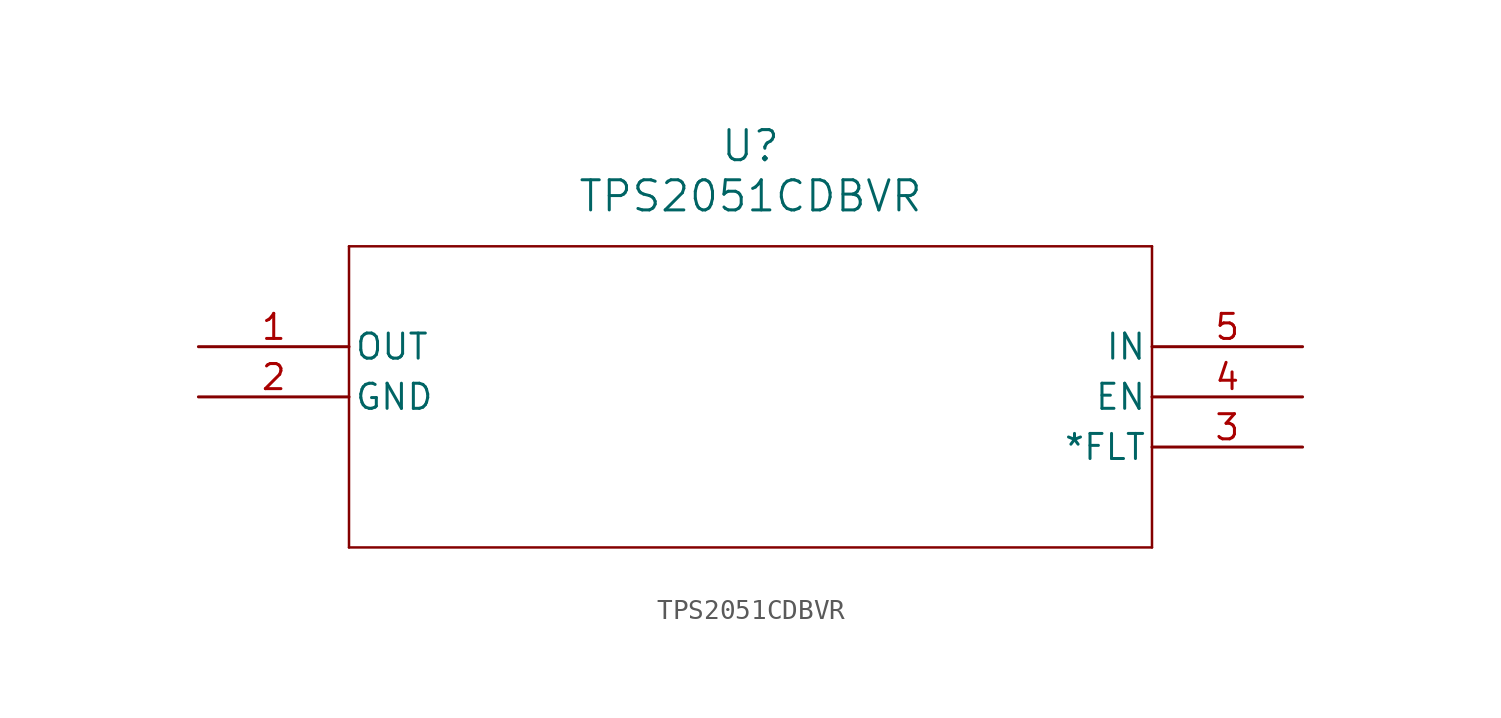
<source format=kicad_sym>
(kicad_symbol_lib
  (version 20211014)
  (generator kicad_symbol_editor)
  (symbol "TPS2051CDBVR"
    (pin_names
      (offset 0.254))
    (property "Reference" "U"
      (at 27.94 10.16 0)
      (effects (font (size 1.524 1.524))))
    (property "Value" "TPS2051CDBVR"
      (at 27.94 7.62 0)
      (effects (font (size 1.524 1.524))))
    (polyline
      (pts (xy 7.62 5.08) (xy 7.62 -10.16))
      (stroke (width 0.127) (type default) (color 0 0 0 0))
      (fill (type none)))
    (polyline
      (pts (xy 7.62 -10.16) (xy 48.26 -10.16))
      (stroke (width 0.127) (type default) (color 0 0 0 0))
      (fill (type none)))
    (polyline
      (pts (xy 48.26 -10.16) (xy 48.26 5.08))
      (stroke (width 0.127) (type default) (color 0 0 0 0))
      (fill (type none)))
    (polyline
      (pts (xy 48.26 5.08) (xy 7.62 5.08))
      (stroke (width 0.127) (type default) (color 0 0 0 0))
      (fill (type none)))
    (pin output line
      (at 0 0 0)
      (length 7.62)
      (name "OUT" (effects (font (size 1.27 1.27))))
      (number "1" (effects (font (size 1.27 1.27)))))
    (pin power_in line
      (at 0 -2.54 0)
      (length 7.62)
      (name "GND" (effects (font (size 1.27 1.27))))
      (number "2" (effects (font (size 1.27 1.27)))))
    (pin input line
      (at 55.88 -5.08 180)
      (length 7.62)
      (name "*FLT" (effects (font (size 1.27 1.27))))
      (number "3" (effects (font (size 1.27 1.27)))))
    (pin input line
      (at 55.88 -2.54 180)
      (length 7.62)
      (name "EN" (effects (font (size 1.27 1.27))))
      (number "4" (effects (font (size 1.27 1.27)))))
    (pin input line
      (at 55.88 0 180)
      (length 7.62)
      (name "IN" (effects (font (size 1.27 1.27))))
      (number "5" (effects (font (size 1.27 1.27)))))))
</source>
